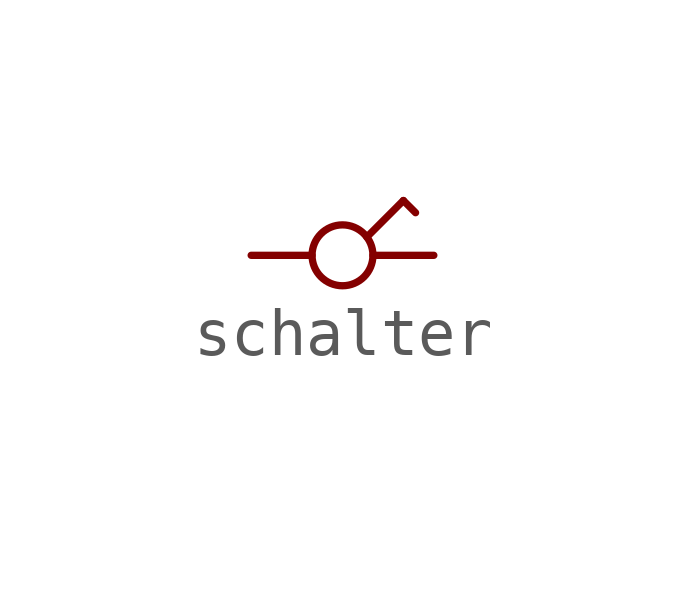
<source format=kicad_sym>
(kicad_symbol_lib
  (version 20211014)
  (generator kicad_symbol_editor)
  (symbol "schalter"
    (pin_numbers hide)
    (pin_names
      (offset 0) hide)
    (property "Reference" "U"
      (at -1.27 1.905 0)
      (effects (font (size 1.27 1.27)) hide))
    (symbol "schalter_0_0"
      (polyline (pts (xy 2.413 0.381) (xy 3.175 1.143)) (stroke (width 0) (type default) (color 0 0 0 0)) (fill (type none)))
      (polyline (pts (xy 3.175 1.143) (xy 3.429 0.889)) (stroke (width 0) (type default) (color 0 0 0 0)) (fill (type none)))
      (circle (center 1.905 0) (radius 0.635) (stroke (width 0) (type default) (color 0 0 0 0)) (fill (type none))))
    (symbol "schalter_1_1"
      (pin passive line (at 0 0 0) (length 1.27) (name "2" (effects (font (size 1.27 1.27)))) (number "2" (effects (font (size 1.27 1.27)))))
      (pin passive line (at 3.81 0 180) (length 1.27) (name "2" (effects (font (size 1.27 1.27)))) (number "2" (effects (font (size 1.27 1.27))))))))
</source>
